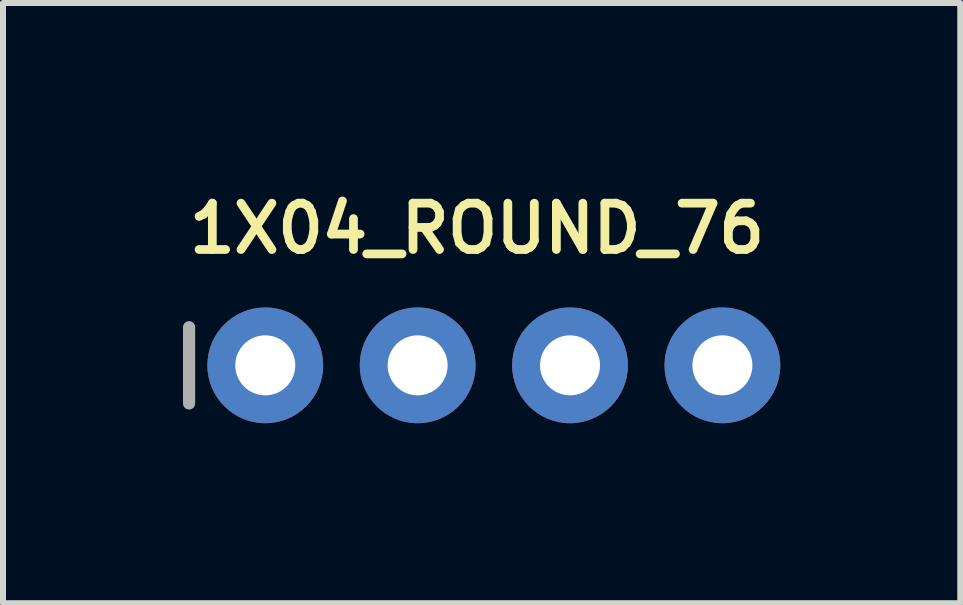
<source format=kicad_pcb>
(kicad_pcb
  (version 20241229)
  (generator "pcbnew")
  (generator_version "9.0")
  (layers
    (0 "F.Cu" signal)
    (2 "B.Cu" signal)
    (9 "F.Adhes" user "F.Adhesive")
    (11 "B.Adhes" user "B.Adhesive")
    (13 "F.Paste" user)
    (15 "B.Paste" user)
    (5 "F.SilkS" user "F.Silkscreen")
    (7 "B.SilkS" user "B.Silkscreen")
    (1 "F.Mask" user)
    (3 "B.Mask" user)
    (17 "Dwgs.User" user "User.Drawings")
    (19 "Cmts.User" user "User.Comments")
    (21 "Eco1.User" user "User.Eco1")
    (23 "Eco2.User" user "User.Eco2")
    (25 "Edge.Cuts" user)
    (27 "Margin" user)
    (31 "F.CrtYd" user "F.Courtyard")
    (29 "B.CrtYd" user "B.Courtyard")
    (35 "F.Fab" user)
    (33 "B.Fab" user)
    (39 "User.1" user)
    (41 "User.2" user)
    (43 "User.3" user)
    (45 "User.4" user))
  (footprint "1X04_ROUND_76"
    (layer "F.Cu")
    (at 5.182 3.04)
    (property "Reference" "1X04_ROUND_76" (at -5.156 -1.829 0) (layer "F.SilkS") (effects (font (size 0.772 0.772) (thickness 0.146)) (justify left bottom)))
    (attr through_hole)
    (fp_line (start -5.08 -0.635) (end -5.08 0.635) (stroke (width 0.203) (type solid)) (layer "F.Fab"))
    (fp_poly (pts (xy -4.064 0.254) (xy -3.556 0.254) (xy -3.556 -0.254) (xy -4.064 -0.254)) (stroke (width 0.1) (type solid)) (fill no) (layer "F.Fab"))
    (fp_poly (pts (xy -1.524 0.254) (xy -1.016 0.254) (xy -1.016 -0.254) (xy -1.524 -0.254)) (stroke (width 0.1) (type solid)) (fill no) (layer "F.Fab"))
    (fp_poly (pts (xy 1.016 0.254) (xy 1.524 0.254) (xy 1.524 -0.254) (xy 1.016 -0.254)) (stroke (width 0.1) (type solid)) (fill no) (layer "F.Fab"))
    (fp_poly (pts (xy 3.556 0.254) (xy 4.064 0.254) (xy 4.064 -0.254) (xy 3.556 -0.254)) (stroke (width 0.1) (type solid)) (fill no) (layer "F.Fab"))
    (pad "1" thru_hole circle (at -3.81 0 90) (size 1.93 1.93) (drill 1) (layers "*.Cu" "*.Mask"))
    (pad "2" thru_hole circle (at -1.27 0 90) (size 1.93 1.93) (drill 1) (layers "*.Cu" "*.Mask"))
    (pad "3" thru_hole circle (at 1.27 0 90) (size 1.93 1.93) (drill 1) (layers "*.Cu" "*.Mask"))
    (pad "4" thru_hole circle (at 3.81 0 90) (size 1.93 1.93) (drill 1) (layers "*.Cu" "*.Mask")))
  (gr_rect
    (start -3 -3)
    (end 12.957 7.005)
    (stroke (width 0.1) (type default))
    (fill no)
    (layer "Edge.Cuts")))
</source>
